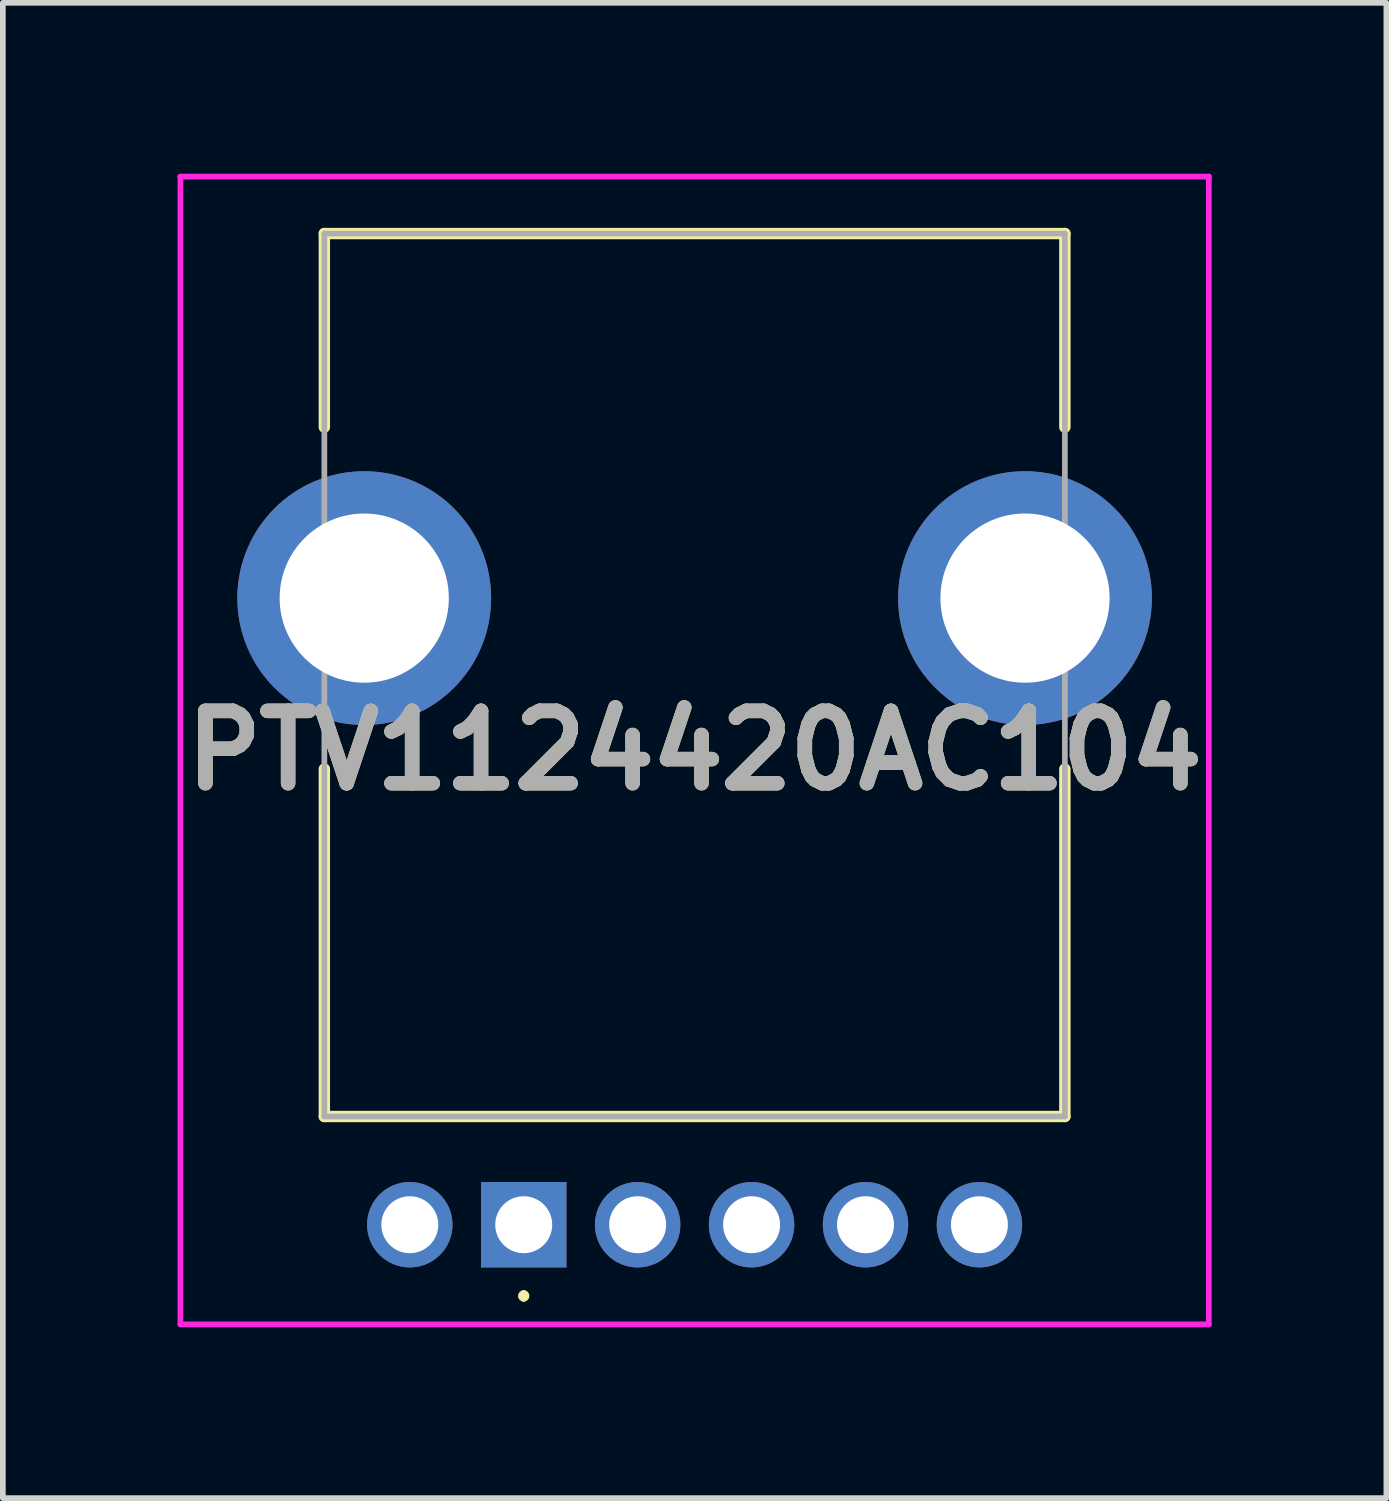
<source format=kicad_pcb>
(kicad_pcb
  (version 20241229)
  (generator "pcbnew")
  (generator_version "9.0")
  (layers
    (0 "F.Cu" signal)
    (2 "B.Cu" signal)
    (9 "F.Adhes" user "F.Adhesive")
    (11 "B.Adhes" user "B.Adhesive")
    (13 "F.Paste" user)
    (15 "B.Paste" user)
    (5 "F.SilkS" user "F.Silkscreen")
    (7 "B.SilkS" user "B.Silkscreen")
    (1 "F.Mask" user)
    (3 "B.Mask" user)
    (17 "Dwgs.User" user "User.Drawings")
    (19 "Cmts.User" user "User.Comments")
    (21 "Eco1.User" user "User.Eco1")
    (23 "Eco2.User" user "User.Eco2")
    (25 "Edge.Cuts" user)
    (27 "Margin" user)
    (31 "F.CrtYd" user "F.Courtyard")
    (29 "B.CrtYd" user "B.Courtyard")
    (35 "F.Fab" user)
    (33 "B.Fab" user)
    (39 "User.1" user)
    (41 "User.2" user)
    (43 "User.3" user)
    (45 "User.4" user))
  (footprint "PTV1124420AC104"
    (layer "F.Cu")
    (at 6.144 18.45)
    (property "Reference" "PTV1124420AC104" (at 3 -8.325 0) (layer "F.SilkS") (effects (font (size 1.27 1.27) (thickness 0.254))))
    (attr through_hole)
    (fp_line (start -3.5 -17.4) (end 9.5 -17.4) (stroke (width 0.2) (type solid)) (layer "F.SilkS"))
    (fp_line (start -3.5 -14) (end -3.5 -17.4) (stroke (width 0.2) (type solid)) (layer "F.SilkS"))
    (fp_line (start -3.5 -8) (end -3.5 -1.9) (stroke (width 0.2) (type solid)) (layer "F.SilkS"))
    (fp_line (start -3.5 -1.9) (end 9.5 -1.9) (stroke (width 0.2) (type solid)) (layer "F.SilkS"))
    (fp_line (start 0 1.2) (end 0 1.2) (stroke (width 0.1) (type solid)) (layer "F.SilkS"))
    (fp_line (start 0 1.3) (end 0 1.3) (stroke (width 0.1) (type solid)) (layer "F.SilkS"))
    (fp_line (start 9.5 -17.4) (end 9.5 -14) (stroke (width 0.2) (type solid)) (layer "F.SilkS"))
    (fp_line (start 9.5 -1.9) (end 9.5 -8) (stroke (width 0.2) (type solid)) (layer "F.SilkS"))
    (fp_arc (start 0 1.2) (mid 0.05 1.25) (end 0 1.3) (stroke (width 0.1) (type solid)) (layer "F.SilkS"))
    (fp_arc (start 0 1.3) (mid -0.05 1.25) (end 0 1.2) (stroke (width 0.1) (type solid)) (layer "F.SilkS"))
    (fp_line (start -6.027 -18.4) (end 12.027 -18.4) (stroke (width 0.1) (type solid)) (layer "F.CrtYd"))
    (fp_line (start -6.027 1.75) (end -6.027 -18.4) (stroke (width 0.1) (type solid)) (layer "F.CrtYd"))
    (fp_line (start 12.027 -18.4) (end 12.027 1.75) (stroke (width 0.1) (type solid)) (layer "F.CrtYd"))
    (fp_line (start 12.027 1.75) (end -6.027 1.75) (stroke (width 0.1) (type solid)) (layer "F.CrtYd"))
    (fp_line (start -3.5 -17.4) (end 9.5 -17.4) (stroke (width 0.1) (type solid)) (layer "F.Fab"))
    (fp_line (start -3.5 -1.9) (end -3.5 -17.4) (stroke (width 0.1) (type solid)) (layer "F.Fab"))
    (fp_line (start 9.5 -17.4) (end 9.5 -1.9) (stroke (width 0.1) (type solid)) (layer "F.Fab"))
    (fp_line (start 9.5 -1.9) (end -3.5 -1.9) (stroke (width 0.1) (type solid)) (layer "F.Fab"))
    (fp_text user "${REFERENCE}" (at 3 -8.325 0) (layer "F.Fab") (effects (font (size 1.27 1.27) (thickness 0.254))))
    (pad "A1" thru_hole rect (at 0 0) (size 1.5 1.5) (drill 1) (layers "*.Cu" "*.Mask"))
    (pad "A2" thru_hole circle (at -2 0) (size 1.5 1.5) (drill 1) (layers "*.Cu" "*.Mask"))
    (pad "A3" thru_hole circle (at 8 0) (size 1.5 1.5) (drill 1) (layers "*.Cu" "*.Mask"))
    (pad "B1" thru_hole circle (at 2 0) (size 1.5 1.5) (drill 1) (layers "*.Cu" "*.Mask"))
    (pad "B2" thru_hole circle (at 4 0) (size 1.5 1.5) (drill 1) (layers "*.Cu" "*.Mask"))
    (pad "B3" thru_hole circle (at 6 0) (size 1.5 1.5) (drill 1) (layers "*.Cu" "*.Mask"))
    (pad "MH1" thru_hole circle (at -2.8 -11) (size 4.455 4.455) (drill 2.97) (layers "*.Cu" "*.Mask"))
    (pad "MH2" thru_hole circle (at 8.8 -11) (size 4.455 4.455) (drill 2.97) (layers "*.Cu" "*.Mask")))
  (gr_rect
    (start -3 -3)
    (end 21.288 23.25)
    (stroke (width 0.1) (type default))
    (fill no)
    (layer "Edge.Cuts")))
</source>
